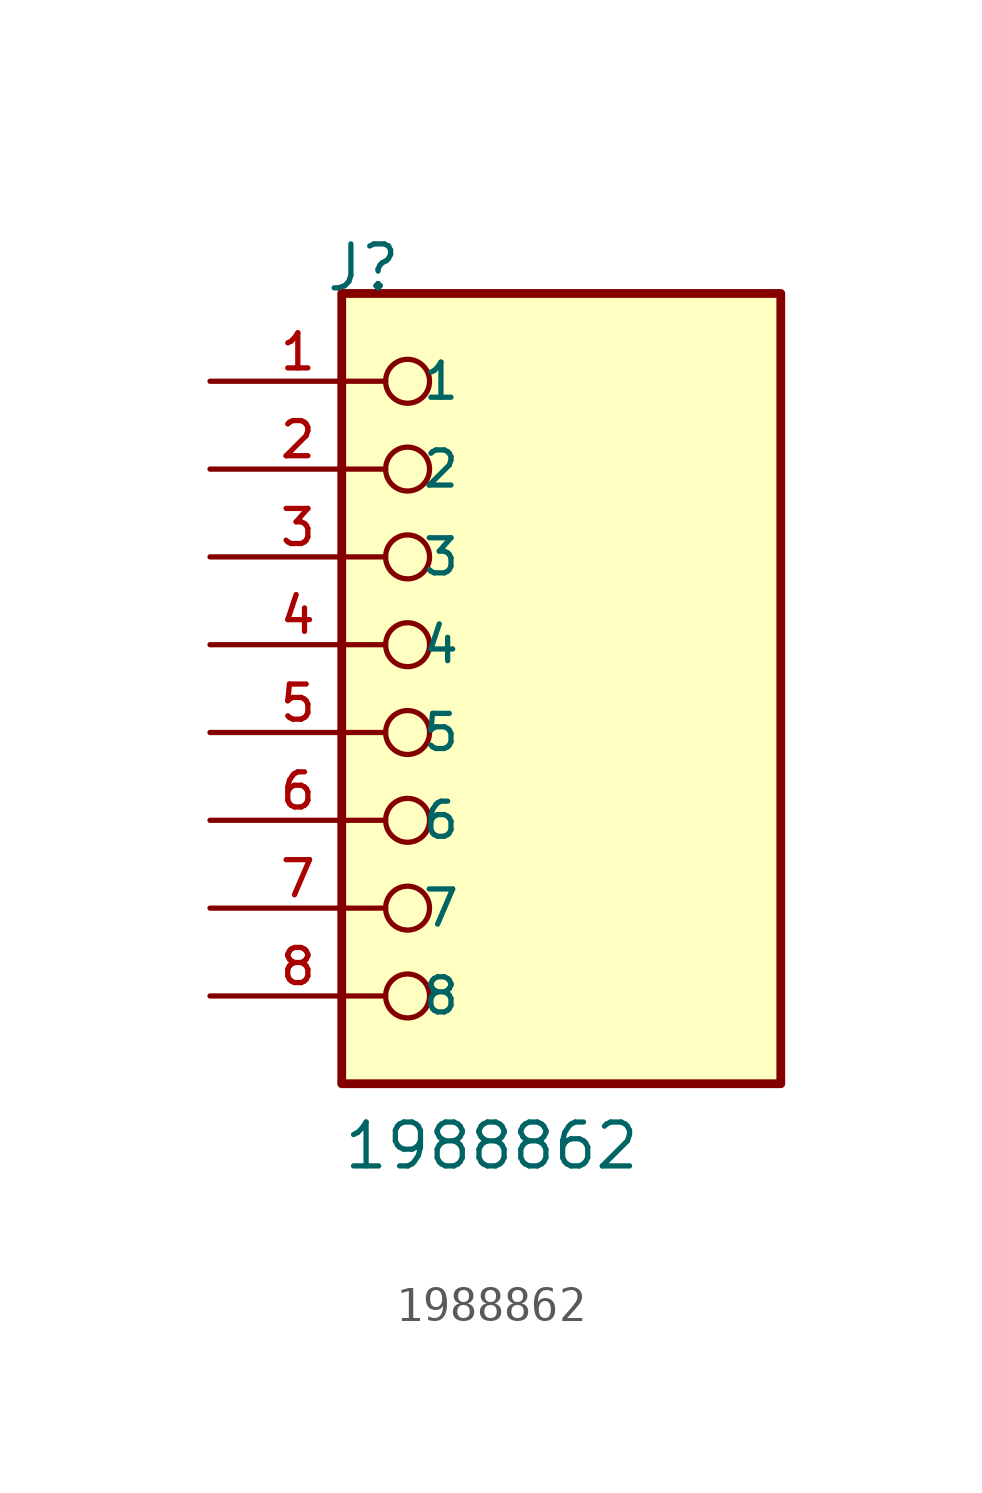
<source format=kicad_sym>
(kicad_symbol_lib
  (version 20211014)
  (generator kicad_symbol_editor)
  (symbol "1988862"
    (pin_names
      (offset 1.016))
    (property "Reference" "J"
      (at -6.85 12.7 0)
      (effects (font (size 1.27 1.27)) (justify bottom left)))
    (property "Value" "1988862"
      (at -6.35 -12.7 0)
      (effects (font (size 1.27 1.27)) (justify bottom left)))
    (symbol "1988862_0_0"
      (circle (center -4.445 10.16) (radius 0.635) (stroke (width 0.152)) (fill (type none)))
      (circle (center -4.445 7.62) (radius 0.635) (stroke (width 0.152)) (fill (type none)))
      (circle (center -4.445 5.08) (radius 0.635) (stroke (width 0.152)) (fill (type none)))
      (circle (center -4.445 2.54) (radius 0.635) (stroke (width 0.152)) (fill (type none)))
      (circle (center -4.445 0.0) (radius 0.635) (stroke (width 0.152)) (fill (type none)))
      (circle (center -4.445 -2.54) (radius 0.635) (stroke (width 0.152)) (fill (type none)))
      (circle (center -4.445 -5.08) (radius 0.635) (stroke (width 0.152)) (fill (type none)))
      (circle (center -4.445 -7.62) (radius 0.635) (stroke (width 0.152)) (fill (type none)))
      (rectangle (start -6.35 -10.16) (end 6.35 12.7) (stroke (width 0.254)) (fill (type background)))
      (pin passive line (at -10.16 10.16 0) (length 5.08) (name "1" (effects (font (size 1.016 1.016)))) (number "1" (effects (font (size 1.016 1.016)))))
      (pin passive line (at -10.16 7.62 0) (length 5.08) (name "2" (effects (font (size 1.016 1.016)))) (number "2" (effects (font (size 1.016 1.016)))))
      (pin passive line (at -10.16 5.08 0) (length 5.08) (name "3" (effects (font (size 1.016 1.016)))) (number "3" (effects (font (size 1.016 1.016)))))
      (pin passive line (at -10.16 2.54 0) (length 5.08) (name "4" (effects (font (size 1.016 1.016)))) (number "4" (effects (font (size 1.016 1.016)))))
      (pin passive line (at -10.16 0.0 0) (length 5.08) (name "5" (effects (font (size 1.016 1.016)))) (number "5" (effects (font (size 1.016 1.016)))))
      (pin passive line (at -10.16 -2.54 0) (length 5.08) (name "6" (effects (font (size 1.016 1.016)))) (number "6" (effects (font (size 1.016 1.016)))))
      (pin passive line (at -10.16 -5.08 0) (length 5.08) (name "7" (effects (font (size 1.016 1.016)))) (number "7" (effects (font (size 1.016 1.016)))))
      (pin passive line (at -10.16 -7.62 0) (length 5.08) (name "8" (effects (font (size 1.016 1.016)))) (number "8" (effects (font (size 1.016 1.016))))))))
</source>
